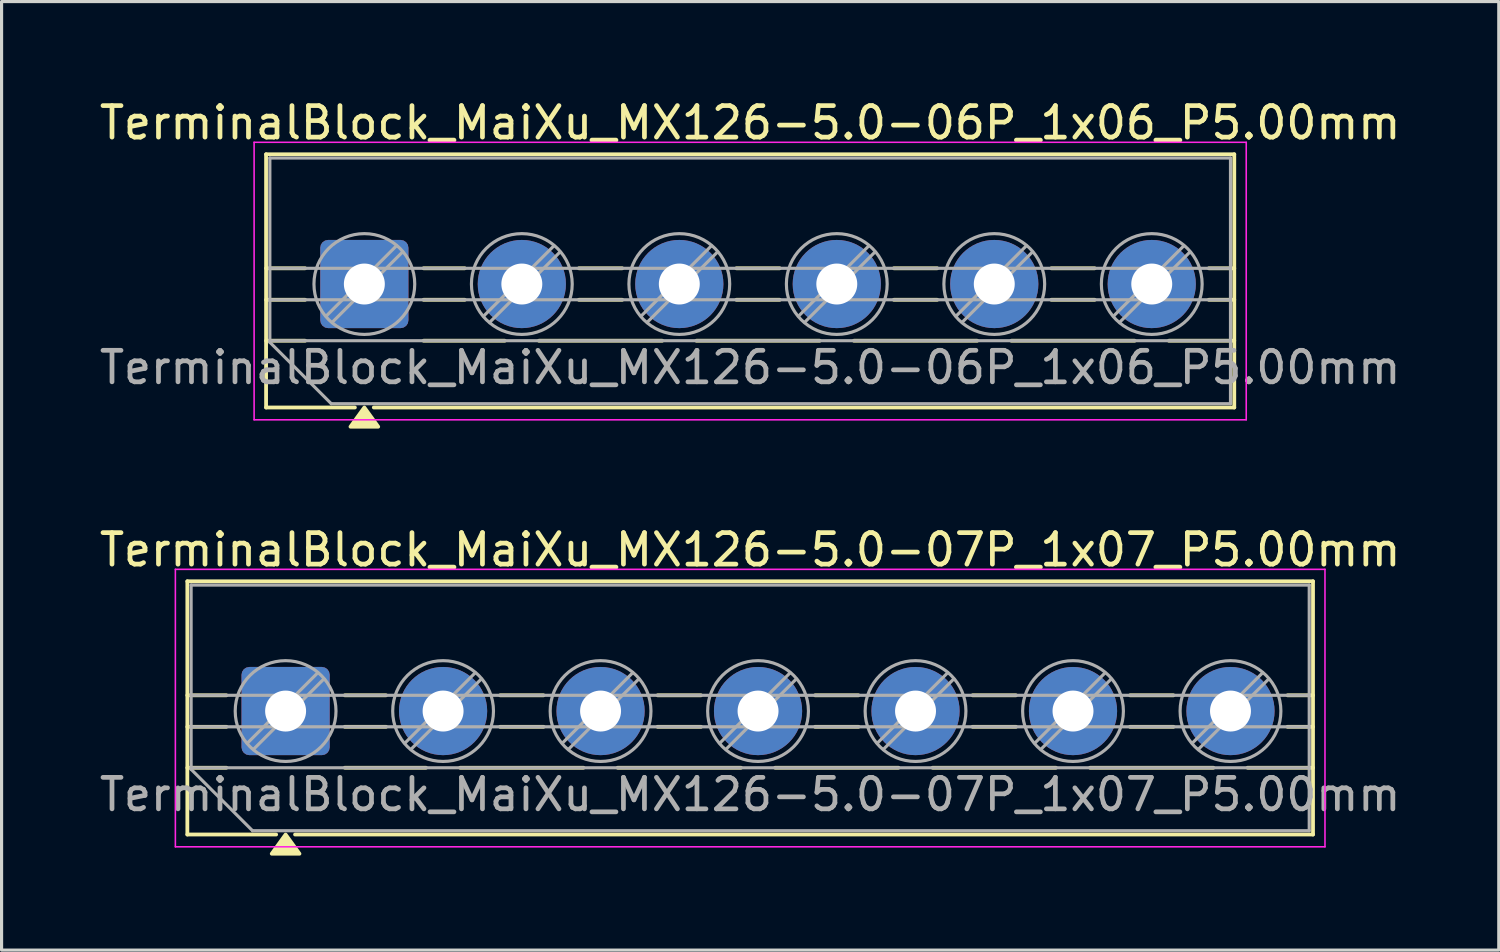
<source format=kicad_pcb>
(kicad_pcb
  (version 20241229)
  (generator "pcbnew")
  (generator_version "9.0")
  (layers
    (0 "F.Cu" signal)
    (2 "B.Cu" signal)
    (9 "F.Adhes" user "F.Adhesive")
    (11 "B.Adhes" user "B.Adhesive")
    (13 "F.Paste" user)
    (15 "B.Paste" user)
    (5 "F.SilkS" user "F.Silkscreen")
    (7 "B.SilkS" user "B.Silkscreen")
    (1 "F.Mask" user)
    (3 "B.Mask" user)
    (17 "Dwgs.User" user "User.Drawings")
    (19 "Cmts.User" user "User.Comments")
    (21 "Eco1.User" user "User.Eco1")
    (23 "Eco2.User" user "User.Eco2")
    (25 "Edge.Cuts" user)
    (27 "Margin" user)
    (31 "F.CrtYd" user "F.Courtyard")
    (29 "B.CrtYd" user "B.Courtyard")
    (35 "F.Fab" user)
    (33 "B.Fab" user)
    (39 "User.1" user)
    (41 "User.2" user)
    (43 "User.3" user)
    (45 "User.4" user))
  (footprint "TerminalBlock_MaiXu_MX126-5.0-06P_1x06_P5.00mm"
    (layer "F.Cu")
    (at 8.518 5.968)
    (property "Reference" "TerminalBlock_MaiXu_MX126-5.0-06P_1x06_P5.00mm" (at 12.25 -5.12 0) (layer "F.SilkS") (effects (font (size 1 1) (thickness 0.15))))
    (attr through_hole)
    (fp_line (start -3.12 -4.12) (end 27.62 -4.12) (stroke (width 0.12) (type solid)) (layer "F.SilkS"))
    (fp_line (start -3.12 -0.5) (end -1.88 -0.5) (stroke (width 0.12) (type solid)) (layer "F.SilkS"))
    (fp_line (start -3.12 0.5) (end -1.88 0.5) (stroke (width 0.12) (type solid)) (layer "F.SilkS"))
    (fp_line (start -3.12 1.8) (end -1.88 1.8) (stroke (width 0.12) (type solid)) (layer "F.SilkS"))
    (fp_line (start -3.12 3.92) (end -3.12 -4.12) (stroke (width 0.12) (type solid)) (layer "F.SilkS"))
    (fp_line (start -0.3 3.92) (end -3.12 3.92) (stroke (width 0.12) (type solid)) (layer "F.SilkS"))
    (fp_line (start 1.88 -0.5) (end 3.188 -0.5) (stroke (width 0.12) (type solid)) (layer "F.SilkS"))
    (fp_line (start 1.88 0.5) (end 3.188 0.5) (stroke (width 0.12) (type solid)) (layer "F.SilkS"))
    (fp_line (start 1.88 1.8) (end 4.457 1.8) (stroke (width 0.12) (type solid)) (layer "F.SilkS"))
    (fp_line (start 5.543 1.8) (end 9.457 1.8) (stroke (width 0.12) (type solid)) (layer "F.SilkS"))
    (fp_line (start 6.812 -0.5) (end 8.188 -0.5) (stroke (width 0.12) (type solid)) (layer "F.SilkS"))
    (fp_line (start 6.812 0.5) (end 8.188 0.5) (stroke (width 0.12) (type solid)) (layer "F.SilkS"))
    (fp_line (start 10.543 1.8) (end 14.457 1.8) (stroke (width 0.12) (type solid)) (layer "F.SilkS"))
    (fp_line (start 11.812 -0.5) (end 13.188 -0.5) (stroke (width 0.12) (type solid)) (layer "F.SilkS"))
    (fp_line (start 11.812 0.5) (end 13.188 0.5) (stroke (width 0.12) (type solid)) (layer "F.SilkS"))
    (fp_line (start 15.543 1.8) (end 19.457 1.8) (stroke (width 0.12) (type solid)) (layer "F.SilkS"))
    (fp_line (start 16.812 -0.5) (end 18.188 -0.5) (stroke (width 0.12) (type solid)) (layer "F.SilkS"))
    (fp_line (start 16.812 0.5) (end 18.188 0.5) (stroke (width 0.12) (type solid)) (layer "F.SilkS"))
    (fp_line (start 20.543 1.8) (end 24.457 1.8) (stroke (width 0.12) (type solid)) (layer "F.SilkS"))
    (fp_line (start 21.812 -0.5) (end 23.188 -0.5) (stroke (width 0.12) (type solid)) (layer "F.SilkS"))
    (fp_line (start 21.812 0.5) (end 23.188 0.5) (stroke (width 0.12) (type solid)) (layer "F.SilkS"))
    (fp_line (start 25.543 1.8) (end 27.62 1.8) (stroke (width 0.12) (type solid)) (layer "F.SilkS"))
    (fp_line (start 26.812 -0.5) (end 27.62 -0.5) (stroke (width 0.12) (type solid)) (layer "F.SilkS"))
    (fp_line (start 26.812 0.5) (end 27.62 0.5) (stroke (width 0.12) (type solid)) (layer "F.SilkS"))
    (fp_line (start 27.62 -4.12) (end 27.62 3.92) (stroke (width 0.12) (type solid)) (layer "F.SilkS"))
    (fp_line (start 27.62 3.92) (end 0.3 3.92) (stroke (width 0.12) (type solid)) (layer "F.SilkS"))
    (fp_poly (pts (xy 0 3.92) (xy 0.44 4.53) (xy -0.44 4.53)) (stroke (width 0.12) (type solid)) (fill yes) (layer "F.SilkS"))
    (fp_line (start -3.5 -4.5) (end -3.5 4.31) (stroke (width 0.05) (type solid)) (layer "F.CrtYd"))
    (fp_line (start -3.5 4.31) (end 28 4.31) (stroke (width 0.05) (type solid)) (layer "F.CrtYd"))
    (fp_line (start 28 -4.5) (end -3.5 -4.5) (stroke (width 0.05) (type solid)) (layer "F.CrtYd"))
    (fp_line (start 28 4.31) (end 28 -4.5) (stroke (width 0.05) (type solid)) (layer "F.CrtYd"))
    (fp_line (start -3 -4) (end 27.5 -4) (stroke (width 0.1) (type solid)) (layer "F.Fab"))
    (fp_line (start -3 -0.5) (end 27.5 -0.5) (stroke (width 0.1) (type solid)) (layer "F.Fab"))
    (fp_line (start -3 0.5) (end 27.5 0.5) (stroke (width 0.1) (type solid)) (layer "F.Fab"))
    (fp_line (start -3 1.8) (end 27.5 1.8) (stroke (width 0.1) (type solid)) (layer "F.Fab"))
    (fp_line (start -3 1.85) (end -3 -4) (stroke (width 0.1) (type solid)) (layer "F.Fab"))
    (fp_line (start -1.05 3.8) (end -3 1.85) (stroke (width 0.1) (type solid)) (layer "F.Fab"))
    (fp_line (start 1.018 -1.213) (end -1.213 1.018) (stroke (width 0.1) (type solid)) (layer "F.Fab"))
    (fp_line (start 1.213 -1.018) (end -1.018 1.213) (stroke (width 0.1) (type solid)) (layer "F.Fab"))
    (fp_line (start 6.018 -1.213) (end 3.787 1.018) (stroke (width 0.1) (type solid)) (layer "F.Fab"))
    (fp_line (start 6.213 -1.018) (end 3.982 1.213) (stroke (width 0.1) (type solid)) (layer "F.Fab"))
    (fp_line (start 11.018 -1.213) (end 8.787 1.018) (stroke (width 0.1) (type solid)) (layer "F.Fab"))
    (fp_line (start 11.213 -1.018) (end 8.982 1.213) (stroke (width 0.1) (type solid)) (layer "F.Fab"))
    (fp_line (start 16.018 -1.213) (end 13.787 1.018) (stroke (width 0.1) (type solid)) (layer "F.Fab"))
    (fp_line (start 16.213 -1.018) (end 13.982 1.213) (stroke (width 0.1) (type solid)) (layer "F.Fab"))
    (fp_line (start 21.018 -1.213) (end 18.787 1.018) (stroke (width 0.1) (type solid)) (layer "F.Fab"))
    (fp_line (start 21.213 -1.018) (end 18.982 1.213) (stroke (width 0.1) (type solid)) (layer "F.Fab"))
    (fp_line (start 26.018 -1.213) (end 23.787 1.018) (stroke (width 0.1) (type solid)) (layer "F.Fab"))
    (fp_line (start 26.213 -1.018) (end 23.982 1.213) (stroke (width 0.1) (type solid)) (layer "F.Fab"))
    (fp_line (start 27.5 -4) (end 27.5 3.8) (stroke (width 0.1) (type solid)) (layer "F.Fab"))
    (fp_line (start 27.5 3.8) (end -1.05 3.8) (stroke (width 0.1) (type solid)) (layer "F.Fab"))
    (fp_circle (center 0 0) (end 1.6 0) (stroke (width 0.1) (type solid)) (fill no) (layer "F.Fab"))
    (fp_circle (center 5 0) (end 6.6 0) (stroke (width 0.1) (type solid)) (fill no) (layer "F.Fab"))
    (fp_circle (center 10 0) (end 11.6 0) (stroke (width 0.1) (type solid)) (fill no) (layer "F.Fab"))
    (fp_circle (center 15 0) (end 16.6 0) (stroke (width 0.1) (type solid)) (fill no) (layer "F.Fab"))
    (fp_circle (center 20 0) (end 21.6 0) (stroke (width 0.1) (type solid)) (fill no) (layer "F.Fab"))
    (fp_circle (center 25 0) (end 26.6 0) (stroke (width 0.1) (type solid)) (fill no) (layer "F.Fab"))
    (fp_text user "${REFERENCE}" (at 12.25 2.65 0) (layer "F.Fab") (effects (font (size 1 1) (thickness 0.15))))
    (pad "1" thru_hole roundrect (at 0 0) (size 2.8 2.8) (drill 1.3) (layers "*.Cu" "*.Mask") (roundrect_rratio 0.089))
    (pad "2" thru_hole circle (at 5 0) (size 2.8 2.8) (drill 1.3) (layers "*.Cu" "*.Mask"))
    (pad "3" thru_hole circle (at 10 0) (size 2.8 2.8) (drill 1.3) (layers "*.Cu" "*.Mask"))
    (pad "4" thru_hole circle (at 15 0) (size 2.8 2.8) (drill 1.3) (layers "*.Cu" "*.Mask"))
    (pad "5" thru_hole circle (at 20 0) (size 2.8 2.8) (drill 1.3) (layers "*.Cu" "*.Mask"))
    (pad "6" thru_hole circle (at 25 0) (size 2.8 2.8) (drill 1.3) (layers "*.Cu" "*.Mask")))
  (footprint "TerminalBlock_MaiXu_MX126-5.0-07P_1x07_P5.00mm"
    (layer "F.Cu")
    (at 6.018 19.526)
    (property "Reference" "TerminalBlock_MaiXu_MX126-5.0-07P_1x07_P5.00mm" (at 14.75 -5.12 0) (layer "F.SilkS") (effects (font (size 1 1) (thickness 0.15))))
    (attr through_hole)
    (fp_line (start -3.12 -4.12) (end 32.62 -4.12) (stroke (width 0.12) (type solid)) (layer "F.SilkS"))
    (fp_line (start -3.12 -0.5) (end -1.88 -0.5) (stroke (width 0.12) (type solid)) (layer "F.SilkS"))
    (fp_line (start -3.12 0.5) (end -1.88 0.5) (stroke (width 0.12) (type solid)) (layer "F.SilkS"))
    (fp_line (start -3.12 1.8) (end -1.88 1.8) (stroke (width 0.12) (type solid)) (layer "F.SilkS"))
    (fp_line (start -3.12 3.92) (end -3.12 -4.12) (stroke (width 0.12) (type solid)) (layer "F.SilkS"))
    (fp_line (start -0.3 3.92) (end -3.12 3.92) (stroke (width 0.12) (type solid)) (layer "F.SilkS"))
    (fp_line (start 1.88 -0.5) (end 3.188 -0.5) (stroke (width 0.12) (type solid)) (layer "F.SilkS"))
    (fp_line (start 1.88 0.5) (end 3.188 0.5) (stroke (width 0.12) (type solid)) (layer "F.SilkS"))
    (fp_line (start 1.88 1.8) (end 4.457 1.8) (stroke (width 0.12) (type solid)) (layer "F.SilkS"))
    (fp_line (start 5.543 1.8) (end 9.457 1.8) (stroke (width 0.12) (type solid)) (layer "F.SilkS"))
    (fp_line (start 6.812 -0.5) (end 8.188 -0.5) (stroke (width 0.12) (type solid)) (layer "F.SilkS"))
    (fp_line (start 6.812 0.5) (end 8.188 0.5) (stroke (width 0.12) (type solid)) (layer "F.SilkS"))
    (fp_line (start 10.543 1.8) (end 14.457 1.8) (stroke (width 0.12) (type solid)) (layer "F.SilkS"))
    (fp_line (start 11.812 -0.5) (end 13.188 -0.5) (stroke (width 0.12) (type solid)) (layer "F.SilkS"))
    (fp_line (start 11.812 0.5) (end 13.188 0.5) (stroke (width 0.12) (type solid)) (layer "F.SilkS"))
    (fp_line (start 15.543 1.8) (end 19.457 1.8) (stroke (width 0.12) (type solid)) (layer "F.SilkS"))
    (fp_line (start 16.812 -0.5) (end 18.188 -0.5) (stroke (width 0.12) (type solid)) (layer "F.SilkS"))
    (fp_line (start 16.812 0.5) (end 18.188 0.5) (stroke (width 0.12) (type solid)) (layer "F.SilkS"))
    (fp_line (start 20.543 1.8) (end 24.457 1.8) (stroke (width 0.12) (type solid)) (layer "F.SilkS"))
    (fp_line (start 21.812 -0.5) (end 23.188 -0.5) (stroke (width 0.12) (type solid)) (layer "F.SilkS"))
    (fp_line (start 21.812 0.5) (end 23.188 0.5) (stroke (width 0.12) (type solid)) (layer "F.SilkS"))
    (fp_line (start 25.543 1.8) (end 29.457 1.8) (stroke (width 0.12) (type solid)) (layer "F.SilkS"))
    (fp_line (start 26.812 -0.5) (end 28.188 -0.5) (stroke (width 0.12) (type solid)) (layer "F.SilkS"))
    (fp_line (start 26.812 0.5) (end 28.188 0.5) (stroke (width 0.12) (type solid)) (layer "F.SilkS"))
    (fp_line (start 30.543 1.8) (end 32.62 1.8) (stroke (width 0.12) (type solid)) (layer "F.SilkS"))
    (fp_line (start 31.812 -0.5) (end 32.62 -0.5) (stroke (width 0.12) (type solid)) (layer "F.SilkS"))
    (fp_line (start 31.812 0.5) (end 32.62 0.5) (stroke (width 0.12) (type solid)) (layer "F.SilkS"))
    (fp_line (start 32.62 -4.12) (end 32.62 3.92) (stroke (width 0.12) (type solid)) (layer "F.SilkS"))
    (fp_line (start 32.62 3.92) (end 0.3 3.92) (stroke (width 0.12) (type solid)) (layer "F.SilkS"))
    (fp_poly (pts (xy 0 3.92) (xy 0.44 4.53) (xy -0.44 4.53)) (stroke (width 0.12) (type solid)) (fill yes) (layer "F.SilkS"))
    (fp_line (start -3.5 -4.5) (end -3.5 4.31) (stroke (width 0.05) (type solid)) (layer "F.CrtYd"))
    (fp_line (start -3.5 4.31) (end 33 4.31) (stroke (width 0.05) (type solid)) (layer "F.CrtYd"))
    (fp_line (start 33 -4.5) (end -3.5 -4.5) (stroke (width 0.05) (type solid)) (layer "F.CrtYd"))
    (fp_line (start 33 4.31) (end 33 -4.5) (stroke (width 0.05) (type solid)) (layer "F.CrtYd"))
    (fp_line (start -3 -4) (end 32.5 -4) (stroke (width 0.1) (type solid)) (layer "F.Fab"))
    (fp_line (start -3 -0.5) (end 32.5 -0.5) (stroke (width 0.1) (type solid)) (layer "F.Fab"))
    (fp_line (start -3 0.5) (end 32.5 0.5) (stroke (width 0.1) (type solid)) (layer "F.Fab"))
    (fp_line (start -3 1.8) (end 32.5 1.8) (stroke (width 0.1) (type solid)) (layer "F.Fab"))
    (fp_line (start -3 1.85) (end -3 -4) (stroke (width 0.1) (type solid)) (layer "F.Fab"))
    (fp_line (start -1.05 3.8) (end -3 1.85) (stroke (width 0.1) (type solid)) (layer "F.Fab"))
    (fp_line (start 1.018 -1.213) (end -1.213 1.018) (stroke (width 0.1) (type solid)) (layer "F.Fab"))
    (fp_line (start 1.213 -1.018) (end -1.018 1.213) (stroke (width 0.1) (type solid)) (layer "F.Fab"))
    (fp_line (start 6.018 -1.213) (end 3.787 1.018) (stroke (width 0.1) (type solid)) (layer "F.Fab"))
    (fp_line (start 6.213 -1.018) (end 3.982 1.213) (stroke (width 0.1) (type solid)) (layer "F.Fab"))
    (fp_line (start 11.018 -1.213) (end 8.787 1.018) (stroke (width 0.1) (type solid)) (layer "F.Fab"))
    (fp_line (start 11.213 -1.018) (end 8.982 1.213) (stroke (width 0.1) (type solid)) (layer "F.Fab"))
    (fp_line (start 16.018 -1.213) (end 13.787 1.018) (stroke (width 0.1) (type solid)) (layer "F.Fab"))
    (fp_line (start 16.213 -1.018) (end 13.982 1.213) (stroke (width 0.1) (type solid)) (layer "F.Fab"))
    (fp_line (start 21.018 -1.213) (end 18.787 1.018) (stroke (width 0.1) (type solid)) (layer "F.Fab"))
    (fp_line (start 21.213 -1.018) (end 18.982 1.213) (stroke (width 0.1) (type solid)) (layer "F.Fab"))
    (fp_line (start 26.018 -1.213) (end 23.787 1.018) (stroke (width 0.1) (type solid)) (layer "F.Fab"))
    (fp_line (start 26.213 -1.018) (end 23.982 1.213) (stroke (width 0.1) (type solid)) (layer "F.Fab"))
    (fp_line (start 31.018 -1.213) (end 28.787 1.018) (stroke (width 0.1) (type solid)) (layer "F.Fab"))
    (fp_line (start 31.213 -1.018) (end 28.982 1.213) (stroke (width 0.1) (type solid)) (layer "F.Fab"))
    (fp_line (start 32.5 -4) (end 32.5 3.8) (stroke (width 0.1) (type solid)) (layer "F.Fab"))
    (fp_line (start 32.5 3.8) (end -1.05 3.8) (stroke (width 0.1) (type solid)) (layer "F.Fab"))
    (fp_circle (center 0 0) (end 1.6 0) (stroke (width 0.1) (type solid)) (fill no) (layer "F.Fab"))
    (fp_circle (center 5 0) (end 6.6 0) (stroke (width 0.1) (type solid)) (fill no) (layer "F.Fab"))
    (fp_circle (center 10 0) (end 11.6 0) (stroke (width 0.1) (type solid)) (fill no) (layer "F.Fab"))
    (fp_circle (center 15 0) (end 16.6 0) (stroke (width 0.1) (type solid)) (fill no) (layer "F.Fab"))
    (fp_circle (center 20 0) (end 21.6 0) (stroke (width 0.1) (type solid)) (fill no) (layer "F.Fab"))
    (fp_circle (center 25 0) (end 26.6 0) (stroke (width 0.1) (type solid)) (fill no) (layer "F.Fab"))
    (fp_circle (center 30 0) (end 31.6 0) (stroke (width 0.1) (type solid)) (fill no) (layer "F.Fab"))
    (fp_text user "${REFERENCE}" (at 14.75 2.65 0) (layer "F.Fab") (effects (font (size 1 1) (thickness 0.15))))
    (pad "1" thru_hole roundrect (at 0 0) (size 2.8 2.8) (drill 1.3) (layers "*.Cu" "*.Mask") (roundrect_rratio 0.089))
    (pad "2" thru_hole circle (at 5 0) (size 2.8 2.8) (drill 1.3) (layers "*.Cu" "*.Mask"))
    (pad "3" thru_hole circle (at 10 0) (size 2.8 2.8) (drill 1.3) (layers "*.Cu" "*.Mask"))
    (pad "4" thru_hole circle (at 15 0) (size 2.8 2.8) (drill 1.3) (layers "*.Cu" "*.Mask"))
    (pad "5" thru_hole circle (at 20 0) (size 2.8 2.8) (drill 1.3) (layers "*.Cu" "*.Mask"))
    (pad "6" thru_hole circle (at 25 0) (size 2.8 2.8) (drill 1.3) (layers "*.Cu" "*.Mask"))
    (pad "7" thru_hole circle (at 30 0) (size 2.8 2.8) (drill 1.3) (layers "*.Cu" "*.Mask")))
  (gr_rect
    (start -3 -3)
    (end 44.536 27.116)
    (stroke (width 0.1) (type default))
    (fill no)
    (layer "Edge.Cuts")))
</source>
